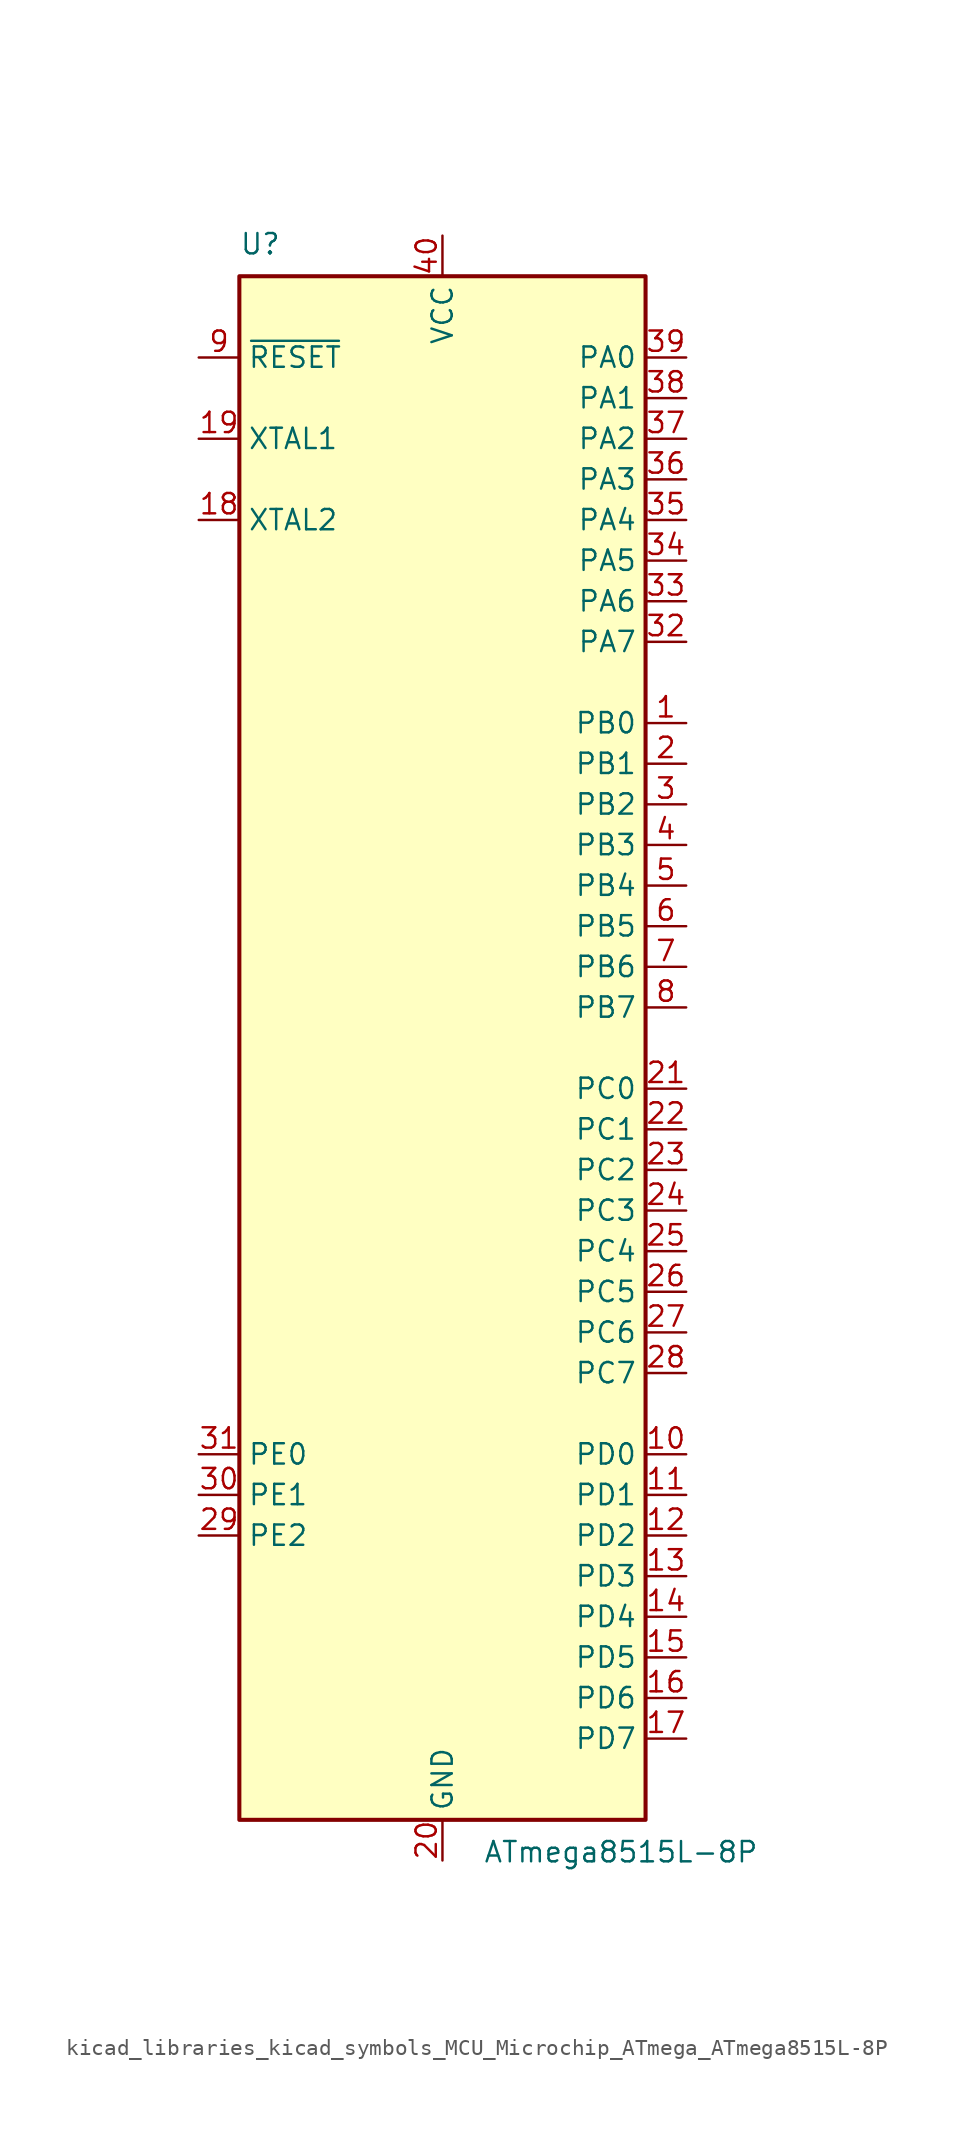
<source format=kicad_sym>
(kicad_symbol_lib
  (version 20220914)
  (generator kicad_symbol_editor)
  (symbol "kicad_libraries_kicad_symbols_MCU_Microchip_ATmega_ATmega8515L-8P"
    (property "Reference" "U"
      (at -12.7 49.53 0)
      (effects (font (size 1.27 1.27)) (justify left bottom)))
    (property "Value" "ATmega8515L-8P"
      (at 2.54 -49.53 0)
      (effects (font (size 1.27 1.27)) (justify left top)))
    (symbol "kicad_libraries_kicad_symbols_MCU_Microchip_ATmega_ATmega8515L-8P_0_1"
      (rectangle (start -12.7 -48.26) (end 12.7 48.26) (stroke (width 0.254) (type default)) (fill (type background))))
    (symbol "kicad_libraries_kicad_symbols_MCU_Microchip_ATmega_ATmega8515L-8P_1_1"
      (pin bidirectional line (at 15.24 20.32 180) (length 2.54) (name "PB0" (effects (font (size 1.27 1.27)))) (number "1" (effects (font (size 1.27 1.27)))))
      (pin bidirectional line (at 15.24 -25.4 180) (length 2.54) (name "PD0" (effects (font (size 1.27 1.27)))) (number "10" (effects (font (size 1.27 1.27)))))
      (pin bidirectional line (at 15.24 -27.94 180) (length 2.54) (name "PD1" (effects (font (size 1.27 1.27)))) (number "11" (effects (font (size 1.27 1.27)))))
      (pin bidirectional line (at 15.24 -30.48 180) (length 2.54) (name "PD2" (effects (font (size 1.27 1.27)))) (number "12" (effects (font (size 1.27 1.27)))))
      (pin bidirectional line (at 15.24 -33.02 180) (length 2.54) (name "PD3" (effects (font (size 1.27 1.27)))) (number "13" (effects (font (size 1.27 1.27)))))
      (pin bidirectional line (at 15.24 -35.56 180) (length 2.54) (name "PD4" (effects (font (size 1.27 1.27)))) (number "14" (effects (font (size 1.27 1.27)))))
      (pin bidirectional line (at 15.24 -38.1 180) (length 2.54) (name "PD5" (effects (font (size 1.27 1.27)))) (number "15" (effects (font (size 1.27 1.27)))))
      (pin bidirectional line (at 15.24 -40.64 180) (length 2.54) (name "PD6" (effects (font (size 1.27 1.27)))) (number "16" (effects (font (size 1.27 1.27)))))
      (pin bidirectional line (at 15.24 -43.18 180) (length 2.54) (name "PD7" (effects (font (size 1.27 1.27)))) (number "17" (effects (font (size 1.27 1.27)))))
      (pin output line (at -15.24 33.02 0) (length 2.54) (name "XTAL2" (effects (font (size 1.27 1.27)))) (number "18" (effects (font (size 1.27 1.27)))))
      (pin input line (at -15.24 38.1 0) (length 2.54) (name "XTAL1" (effects (font (size 1.27 1.27)))) (number "19" (effects (font (size 1.27 1.27)))))
      (pin bidirectional line (at 15.24 17.78 180) (length 2.54) (name "PB1" (effects (font (size 1.27 1.27)))) (number "2" (effects (font (size 1.27 1.27)))))
      (pin power_in line (at 0 -50.8 90) (length 2.54) (name "GND" (effects (font (size 1.27 1.27)))) (number "20" (effects (font (size 1.27 1.27)))))
      (pin bidirectional line (at 15.24 -2.54 180) (length 2.54) (name "PC0" (effects (font (size 1.27 1.27)))) (number "21" (effects (font (size 1.27 1.27)))))
      (pin bidirectional line (at 15.24 -5.08 180) (length 2.54) (name "PC1" (effects (font (size 1.27 1.27)))) (number "22" (effects (font (size 1.27 1.27)))))
      (pin bidirectional line (at 15.24 -7.62 180) (length 2.54) (name "PC2" (effects (font (size 1.27 1.27)))) (number "23" (effects (font (size 1.27 1.27)))))
      (pin bidirectional line (at 15.24 -10.16 180) (length 2.54) (name "PC3" (effects (font (size 1.27 1.27)))) (number "24" (effects (font (size 1.27 1.27)))))
      (pin bidirectional line (at 15.24 -12.7 180) (length 2.54) (name "PC4" (effects (font (size 1.27 1.27)))) (number "25" (effects (font (size 1.27 1.27)))))
      (pin bidirectional line (at 15.24 -15.24 180) (length 2.54) (name "PC5" (effects (font (size 1.27 1.27)))) (number "26" (effects (font (size 1.27 1.27)))))
      (pin bidirectional line (at 15.24 -17.78 180) (length 2.54) (name "PC6" (effects (font (size 1.27 1.27)))) (number "27" (effects (font (size 1.27 1.27)))))
      (pin bidirectional line (at 15.24 -20.32 180) (length 2.54) (name "PC7" (effects (font (size 1.27 1.27)))) (number "28" (effects (font (size 1.27 1.27)))))
      (pin bidirectional line (at -15.24 -30.48 0) (length 2.54) (name "PE2" (effects (font (size 1.27 1.27)))) (number "29" (effects (font (size 1.27 1.27)))))
      (pin bidirectional line (at 15.24 15.24 180) (length 2.54) (name "PB2" (effects (font (size 1.27 1.27)))) (number "3" (effects (font (size 1.27 1.27)))))
      (pin bidirectional line (at -15.24 -27.94 0) (length 2.54) (name "PE1" (effects (font (size 1.27 1.27)))) (number "30" (effects (font (size 1.27 1.27)))))
      (pin bidirectional line (at -15.24 -25.4 0) (length 2.54) (name "PE0" (effects (font (size 1.27 1.27)))) (number "31" (effects (font (size 1.27 1.27)))))
      (pin bidirectional line (at 15.24 25.4 180) (length 2.54) (name "PA7" (effects (font (size 1.27 1.27)))) (number "32" (effects (font (size 1.27 1.27)))))
      (pin bidirectional line (at 15.24 27.94 180) (length 2.54) (name "PA6" (effects (font (size 1.27 1.27)))) (number "33" (effects (font (size 1.27 1.27)))))
      (pin bidirectional line (at 15.24 30.48 180) (length 2.54) (name "PA5" (effects (font (size 1.27 1.27)))) (number "34" (effects (font (size 1.27 1.27)))))
      (pin bidirectional line (at 15.24 33.02 180) (length 2.54) (name "PA4" (effects (font (size 1.27 1.27)))) (number "35" (effects (font (size 1.27 1.27)))))
      (pin bidirectional line (at 15.24 35.56 180) (length 2.54) (name "PA3" (effects (font (size 1.27 1.27)))) (number "36" (effects (font (size 1.27 1.27)))))
      (pin bidirectional line (at 15.24 38.1 180) (length 2.54) (name "PA2" (effects (font (size 1.27 1.27)))) (number "37" (effects (font (size 1.27 1.27)))))
      (pin bidirectional line (at 15.24 40.64 180) (length 2.54) (name "PA1" (effects (font (size 1.27 1.27)))) (number "38" (effects (font (size 1.27 1.27)))))
      (pin bidirectional line (at 15.24 43.18 180) (length 2.54) (name "PA0" (effects (font (size 1.27 1.27)))) (number "39" (effects (font (size 1.27 1.27)))))
      (pin bidirectional line (at 15.24 12.7 180) (length 2.54) (name "PB3" (effects (font (size 1.27 1.27)))) (number "4" (effects (font (size 1.27 1.27)))))
      (pin power_in line (at 0 50.8 270) (length 2.54) (name "VCC" (effects (font (size 1.27 1.27)))) (number "40" (effects (font (size 1.27 1.27)))))
      (pin bidirectional line (at 15.24 10.16 180) (length 2.54) (name "PB4" (effects (font (size 1.27 1.27)))) (number "5" (effects (font (size 1.27 1.27)))))
      (pin bidirectional line (at 15.24 7.62 180) (length 2.54) (name "PB5" (effects (font (size 1.27 1.27)))) (number "6" (effects (font (size 1.27 1.27)))))
      (pin bidirectional line (at 15.24 5.08 180) (length 2.54) (name "PB6" (effects (font (size 1.27 1.27)))) (number "7" (effects (font (size 1.27 1.27)))))
      (pin bidirectional line (at 15.24 2.54 180) (length 2.54) (name "PB7" (effects (font (size 1.27 1.27)))) (number "8" (effects (font (size 1.27 1.27)))))
      (pin input line (at -15.24 43.18 0) (length 2.54) (name "~{RESET}" (effects (font (size 1.27 1.27)))) (number "9" (effects (font (size 1.27 1.27))))))))
</source>
